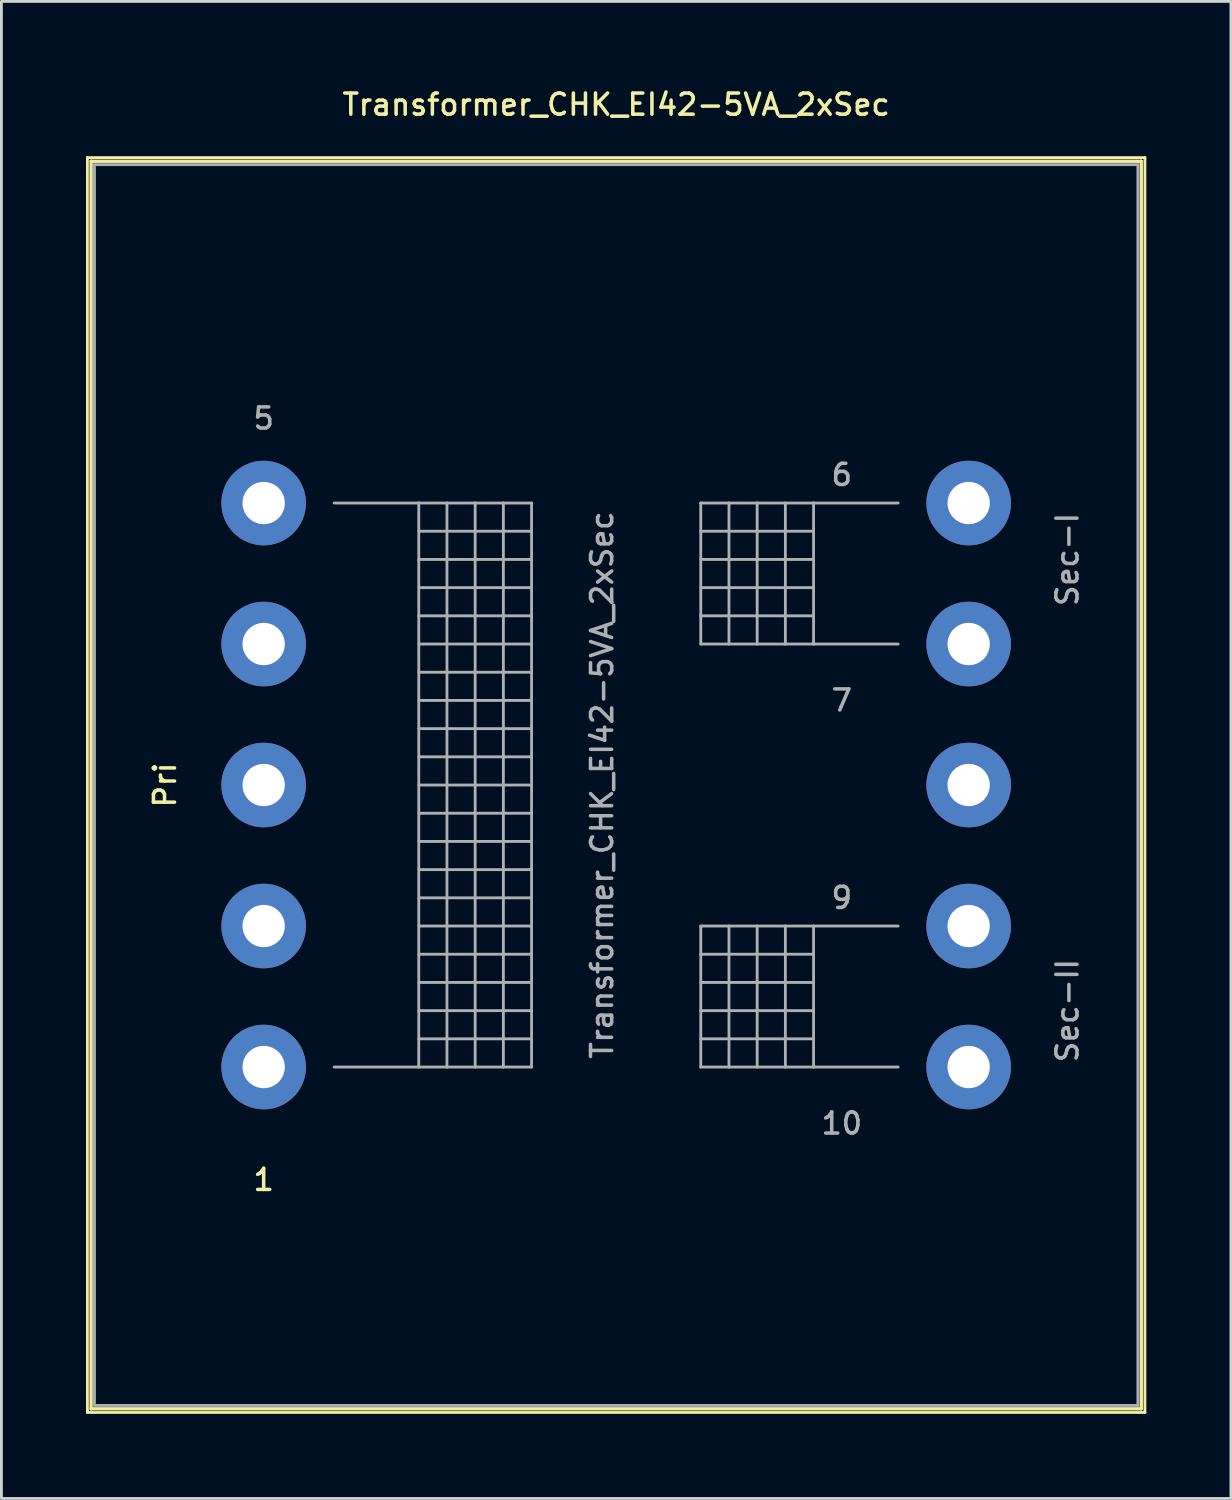
<source format=kicad_pcb>
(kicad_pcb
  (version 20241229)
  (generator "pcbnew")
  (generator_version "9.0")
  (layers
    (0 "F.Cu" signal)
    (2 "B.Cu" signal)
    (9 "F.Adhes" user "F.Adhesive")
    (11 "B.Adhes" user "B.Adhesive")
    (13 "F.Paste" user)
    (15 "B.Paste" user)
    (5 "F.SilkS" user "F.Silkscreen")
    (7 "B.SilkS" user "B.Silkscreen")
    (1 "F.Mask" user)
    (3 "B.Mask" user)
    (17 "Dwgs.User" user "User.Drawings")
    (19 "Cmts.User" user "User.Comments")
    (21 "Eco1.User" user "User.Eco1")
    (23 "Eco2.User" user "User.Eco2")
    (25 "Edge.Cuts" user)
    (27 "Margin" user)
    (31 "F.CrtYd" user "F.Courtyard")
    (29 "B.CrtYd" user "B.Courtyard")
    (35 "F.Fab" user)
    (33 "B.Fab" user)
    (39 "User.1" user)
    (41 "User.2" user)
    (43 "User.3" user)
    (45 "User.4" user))
  (footprint "Transformer_CHK_EI42-5VA_2xSec"
    (layer "F.Cu")
    (at 6.3 34.788)
    (property "Reference" "Transformer_CHK_EI42-5VA_2xSec" (at 12.5 -34.13 0) (layer "F.SilkS") (effects (font (size 0.75 0.75) (thickness 0.125))))
    (attr through_hole)
    (fp_line (start -6.25 -32.25) (end -6.25 12.25) (stroke (width 0.1) (type solid)) (layer "F.SilkS"))
    (fp_line (start -6.25 -32.25) (end 31.25 -32.25) (stroke (width 0.1) (type solid)) (layer "F.SilkS"))
    (fp_line (start -6.12 -32.12) (end -6.12 12.12) (stroke (width 0.12) (type solid)) (layer "F.SilkS"))
    (fp_line (start -6.12 -32.12) (end 31.12 -32.12) (stroke (width 0.12) (type solid)) (layer "F.SilkS"))
    (fp_line (start 31.12 12.12) (end -6.12 12.12) (stroke (width 0.12) (type solid)) (layer "F.SilkS"))
    (fp_line (start 31.12 12.12) (end 31.12 -32.12) (stroke (width 0.12) (type solid)) (layer "F.SilkS"))
    (fp_line (start 31.25 12.25) (end -6.25 12.25) (stroke (width 0.1) (type solid)) (layer "F.SilkS"))
    (fp_line (start 31.25 12.25) (end 31.25 -32.25) (stroke (width 0.1) (type solid)) (layer "F.SilkS"))
    (fp_line (start -6 -32) (end -6 12) (stroke (width 0.1) (type solid)) (layer "F.Fab"))
    (fp_line (start -6 12) (end 31 12) (stroke (width 0.1) (type solid)) (layer "F.Fab"))
    (fp_line (start 2.5 -20) (end 5.5 -20) (stroke (width 0.1) (type solid)) (layer "F.Fab"))
    (fp_line (start 5.5 -20) (end 5.5 0) (stroke (width 0.1) (type solid)) (layer "F.Fab"))
    (fp_line (start 5.5 -20) (end 6.5 -20) (stroke (width 0.1) (type solid)) (layer "F.Fab"))
    (fp_line (start 5.5 -19) (end 9.5 -19) (stroke (width 0.1) (type solid)) (layer "F.Fab"))
    (fp_line (start 5.5 -18) (end 9.5 -18) (stroke (width 0.1) (type solid)) (layer "F.Fab"))
    (fp_line (start 5.5 -17) (end 9.5 -17) (stroke (width 0.1) (type solid)) (layer "F.Fab"))
    (fp_line (start 5.5 -16) (end 9.5 -16) (stroke (width 0.1) (type solid)) (layer "F.Fab"))
    (fp_line (start 5.5 -15) (end 9.5 -15) (stroke (width 0.1) (type solid)) (layer "F.Fab"))
    (fp_line (start 5.5 -14) (end 9.5 -14) (stroke (width 0.1) (type solid)) (layer "F.Fab"))
    (fp_line (start 5.5 -13) (end 9.5 -13) (stroke (width 0.1) (type solid)) (layer "F.Fab"))
    (fp_line (start 5.5 -12) (end 9.5 -12) (stroke (width 0.1) (type solid)) (layer "F.Fab"))
    (fp_line (start 5.5 -11) (end 9.5 -11) (stroke (width 0.1) (type solid)) (layer "F.Fab"))
    (fp_line (start 5.5 -10) (end 9.5 -10) (stroke (width 0.1) (type solid)) (layer "F.Fab"))
    (fp_line (start 5.5 -9) (end 9.5 -9) (stroke (width 0.1) (type solid)) (layer "F.Fab"))
    (fp_line (start 5.5 -8) (end 9.5 -8) (stroke (width 0.1) (type solid)) (layer "F.Fab"))
    (fp_line (start 5.5 -7) (end 9.5 -7) (stroke (width 0.1) (type solid)) (layer "F.Fab"))
    (fp_line (start 5.5 -6) (end 9.5 -6) (stroke (width 0.1) (type solid)) (layer "F.Fab"))
    (fp_line (start 5.5 -5) (end 9.5 -5) (stroke (width 0.1) (type solid)) (layer "F.Fab"))
    (fp_line (start 5.5 -4) (end 9.5 -4) (stroke (width 0.1) (type solid)) (layer "F.Fab"))
    (fp_line (start 5.5 -3) (end 9.5 -3) (stroke (width 0.1) (type solid)) (layer "F.Fab"))
    (fp_line (start 5.5 -2) (end 9.5 -2) (stroke (width 0.1) (type solid)) (layer "F.Fab"))
    (fp_line (start 5.5 -1) (end 9.5 -1) (stroke (width 0.1) (type solid)) (layer "F.Fab"))
    (fp_line (start 5.5 0) (end 2.5 0) (stroke (width 0.1) (type solid)) (layer "F.Fab"))
    (fp_line (start 6.5 -20) (end 6.5 0) (stroke (width 0.1) (type solid)) (layer "F.Fab"))
    (fp_line (start 6.5 -20) (end 7.5 -20) (stroke (width 0.1) (type solid)) (layer "F.Fab"))
    (fp_line (start 6.5 0) (end 5.5 0) (stroke (width 0.1) (type solid)) (layer "F.Fab"))
    (fp_line (start 7.5 -20) (end 7.5 0) (stroke (width 0.1) (type solid)) (layer "F.Fab"))
    (fp_line (start 7.5 -20) (end 8.5 -20) (stroke (width 0.1) (type solid)) (layer "F.Fab"))
    (fp_line (start 7.5 0) (end 6.5 0) (stroke (width 0.1) (type solid)) (layer "F.Fab"))
    (fp_line (start 8.5 -20) (end 8.5 0) (stroke (width 0.1) (type solid)) (layer "F.Fab"))
    (fp_line (start 8.5 -20) (end 9.5 -20) (stroke (width 0.1) (type solid)) (layer "F.Fab"))
    (fp_line (start 8.5 0) (end 7.5 0) (stroke (width 0.1) (type solid)) (layer "F.Fab"))
    (fp_line (start 9.5 -20) (end 9.5 0) (stroke (width 0.1) (type solid)) (layer "F.Fab"))
    (fp_line (start 9.5 0) (end 8.5 0) (stroke (width 0.1) (type solid)) (layer "F.Fab"))
    (fp_line (start 15.5 -20) (end 15.5 -15) (stroke (width 0.1) (type solid)) (layer "F.Fab"))
    (fp_line (start 15.5 -19) (end 19.5 -19) (stroke (width 0.1) (type solid)) (layer "F.Fab"))
    (fp_line (start 15.5 -17) (end 19.5 -17) (stroke (width 0.1) (type solid)) (layer "F.Fab"))
    (fp_line (start 15.5 -15) (end 16.5 -15) (stroke (width 0.1) (type solid)) (layer "F.Fab"))
    (fp_line (start 15.5 -5) (end 15.5 0) (stroke (width 0.1) (type solid)) (layer "F.Fab"))
    (fp_line (start 15.5 -4) (end 19.5 -4) (stroke (width 0.1) (type solid)) (layer "F.Fab"))
    (fp_line (start 15.5 -3) (end 19.5 -3) (stroke (width 0.1) (type solid)) (layer "F.Fab"))
    (fp_line (start 15.5 -2) (end 19.5 -2) (stroke (width 0.1) (type solid)) (layer "F.Fab"))
    (fp_line (start 15.5 -1) (end 19.5 -1) (stroke (width 0.1) (type solid)) (layer "F.Fab"))
    (fp_line (start 15.5 0) (end 16.5 0) (stroke (width 0.1) (type solid)) (layer "F.Fab"))
    (fp_line (start 16.5 -20) (end 15.5 -20) (stroke (width 0.1) (type solid)) (layer "F.Fab"))
    (fp_line (start 16.5 -20) (end 16.5 -15) (stroke (width 0.1) (type solid)) (layer "F.Fab"))
    (fp_line (start 16.5 -15) (end 17.5 -15) (stroke (width 0.1) (type solid)) (layer "F.Fab"))
    (fp_line (start 16.5 -5) (end 15.5 -5) (stroke (width 0.1) (type solid)) (layer "F.Fab"))
    (fp_line (start 16.5 -5) (end 16.5 0) (stroke (width 0.1) (type solid)) (layer "F.Fab"))
    (fp_line (start 16.5 0) (end 17.5 0) (stroke (width 0.1) (type solid)) (layer "F.Fab"))
    (fp_line (start 17.5 -20) (end 16.5 -20) (stroke (width 0.1) (type solid)) (layer "F.Fab"))
    (fp_line (start 17.5 -20) (end 17.5 -15) (stroke (width 0.1) (type solid)) (layer "F.Fab"))
    (fp_line (start 17.5 -15) (end 18.5 -15) (stroke (width 0.1) (type solid)) (layer "F.Fab"))
    (fp_line (start 17.5 -5) (end 16.5 -5) (stroke (width 0.1) (type solid)) (layer "F.Fab"))
    (fp_line (start 17.5 -5) (end 17.5 0) (stroke (width 0.1) (type solid)) (layer "F.Fab"))
    (fp_line (start 17.5 0) (end 18.5 0) (stroke (width 0.1) (type solid)) (layer "F.Fab"))
    (fp_line (start 18.5 -20) (end 17.5 -20) (stroke (width 0.1) (type solid)) (layer "F.Fab"))
    (fp_line (start 18.5 -20) (end 18.5 -15) (stroke (width 0.1) (type solid)) (layer "F.Fab"))
    (fp_line (start 18.5 -15) (end 19.5 -15) (stroke (width 0.1) (type solid)) (layer "F.Fab"))
    (fp_line (start 18.5 -5) (end 17.5 -5) (stroke (width 0.1) (type solid)) (layer "F.Fab"))
    (fp_line (start 18.5 -5) (end 18.5 0) (stroke (width 0.1) (type solid)) (layer "F.Fab"))
    (fp_line (start 18.5 0) (end 19.5 0) (stroke (width 0.1) (type solid)) (layer "F.Fab"))
    (fp_line (start 19.5 -20) (end 18.5 -20) (stroke (width 0.1) (type solid)) (layer "F.Fab"))
    (fp_line (start 19.5 -20) (end 19.5 -15) (stroke (width 0.1) (type solid)) (layer "F.Fab"))
    (fp_line (start 19.5 -18) (end 15.5 -18) (stroke (width 0.1) (type solid)) (layer "F.Fab"))
    (fp_line (start 19.5 -16) (end 15.5 -16) (stroke (width 0.1) (type solid)) (layer "F.Fab"))
    (fp_line (start 19.5 -15) (end 22.5 -15) (stroke (width 0.1) (type solid)) (layer "F.Fab"))
    (fp_line (start 19.5 -5) (end 18.5 -5) (stroke (width 0.1) (type solid)) (layer "F.Fab"))
    (fp_line (start 19.5 -5) (end 19.5 0) (stroke (width 0.1) (type solid)) (layer "F.Fab"))
    (fp_line (start 19.5 0) (end 22.5 0) (stroke (width 0.1) (type solid)) (layer "F.Fab"))
    (fp_line (start 22.5 -20) (end 19.5 -20) (stroke (width 0.1) (type solid)) (layer "F.Fab"))
    (fp_line (start 22.5 -5) (end 19.5 -5) (stroke (width 0.1) (type solid)) (layer "F.Fab"))
    (fp_line (start 31 -32) (end -6 -32) (stroke (width 0.1) (type solid)) (layer "F.Fab"))
    (fp_line (start 31 12) (end 31 -32) (stroke (width 0.1) (type solid)) (layer "F.Fab"))
    (fp_text user "Pri" (at -3.5 -10 90) (layer "F.SilkS") (effects (font (size 0.75 0.75) (thickness 0.125))))
    (fp_text user "1" (at 0 4 0) (layer "F.SilkS") (effects (font (size 0.75 0.75) (thickness 0.125))))
    (fp_text user "9" (at 20.5 -6 0) (layer "F.Fab") (effects (font (size 0.75 0.75) (thickness 0.125))))
    (fp_text user "Sec-I" (at 28.5 -18 90) (layer "F.Fab") (effects (font (size 0.75 0.75) (thickness 0.125))))
    (fp_text user "Sec-II" (at 28.5 -2 90) (layer "F.Fab") (effects (font (size 0.75 0.75) (thickness 0.125))))
    (fp_text user "7" (at 20.5 -13 0) (layer "F.Fab") (effects (font (size 0.75 0.75) (thickness 0.125))))
    (fp_text user "6" (at 20.5 -21 0) (layer "F.Fab") (effects (font (size 0.75 0.75) (thickness 0.125))))
    (fp_text user "5" (at 0 -23 0) (layer "F.Fab") (effects (font (size 0.75 0.75) (thickness 0.125))))
    (fp_text user "${REFERENCE}" (at 12 -10 90) (layer "F.Fab") (effects (font (size 0.75 0.75) (thickness 0.125))))
    (fp_text user "10" (at 20.5 2 0) (layer "F.Fab") (effects (font (size 0.75 0.75) (thickness 0.125))))
    (pad "1" thru_hole circle (at 0 0) (size 3 3) (drill 1.5) (layers "*.Cu" "*.Mask"))
    (pad "2" thru_hole circle (at 0 -5) (size 3 3) (drill 1.5) (layers "*.Cu" "*.Mask"))
    (pad "3" thru_hole circle (at 0 -10) (size 3 3) (drill 1.5) (layers "*.Cu" "*.Mask"))
    (pad "4" thru_hole circle (at 0 -15) (size 3 3) (drill 1.5) (layers "*.Cu" "*.Mask"))
    (pad "5" thru_hole circle (at 0 -20) (size 3 3) (drill 1.5) (layers "*.Cu" "*.Mask"))
    (pad "6" thru_hole circle (at 25 -20) (size 3 3) (drill 1.5) (layers "*.Cu" "*.Mask"))
    (pad "7" thru_hole circle (at 25 -15) (size 3 3) (drill 1.5) (layers "*.Cu" "*.Mask"))
    (pad "8" thru_hole circle (at 25 -10) (size 3 3) (drill 1.5) (layers "*.Cu" "*.Mask"))
    (pad "9" thru_hole circle (at 25 -5) (size 3 3) (drill 1.5) (layers "*.Cu" "*.Mask"))
    (pad "10" thru_hole circle (at 25 0) (size 3 3) (drill 1.5) (layers "*.Cu" "*.Mask")))
  (gr_rect
    (start -3 -3)
    (end 40.6 50.088)
    (stroke (width 0.1) (type default))
    (fill no)
    (layer "Edge.Cuts")))
</source>
